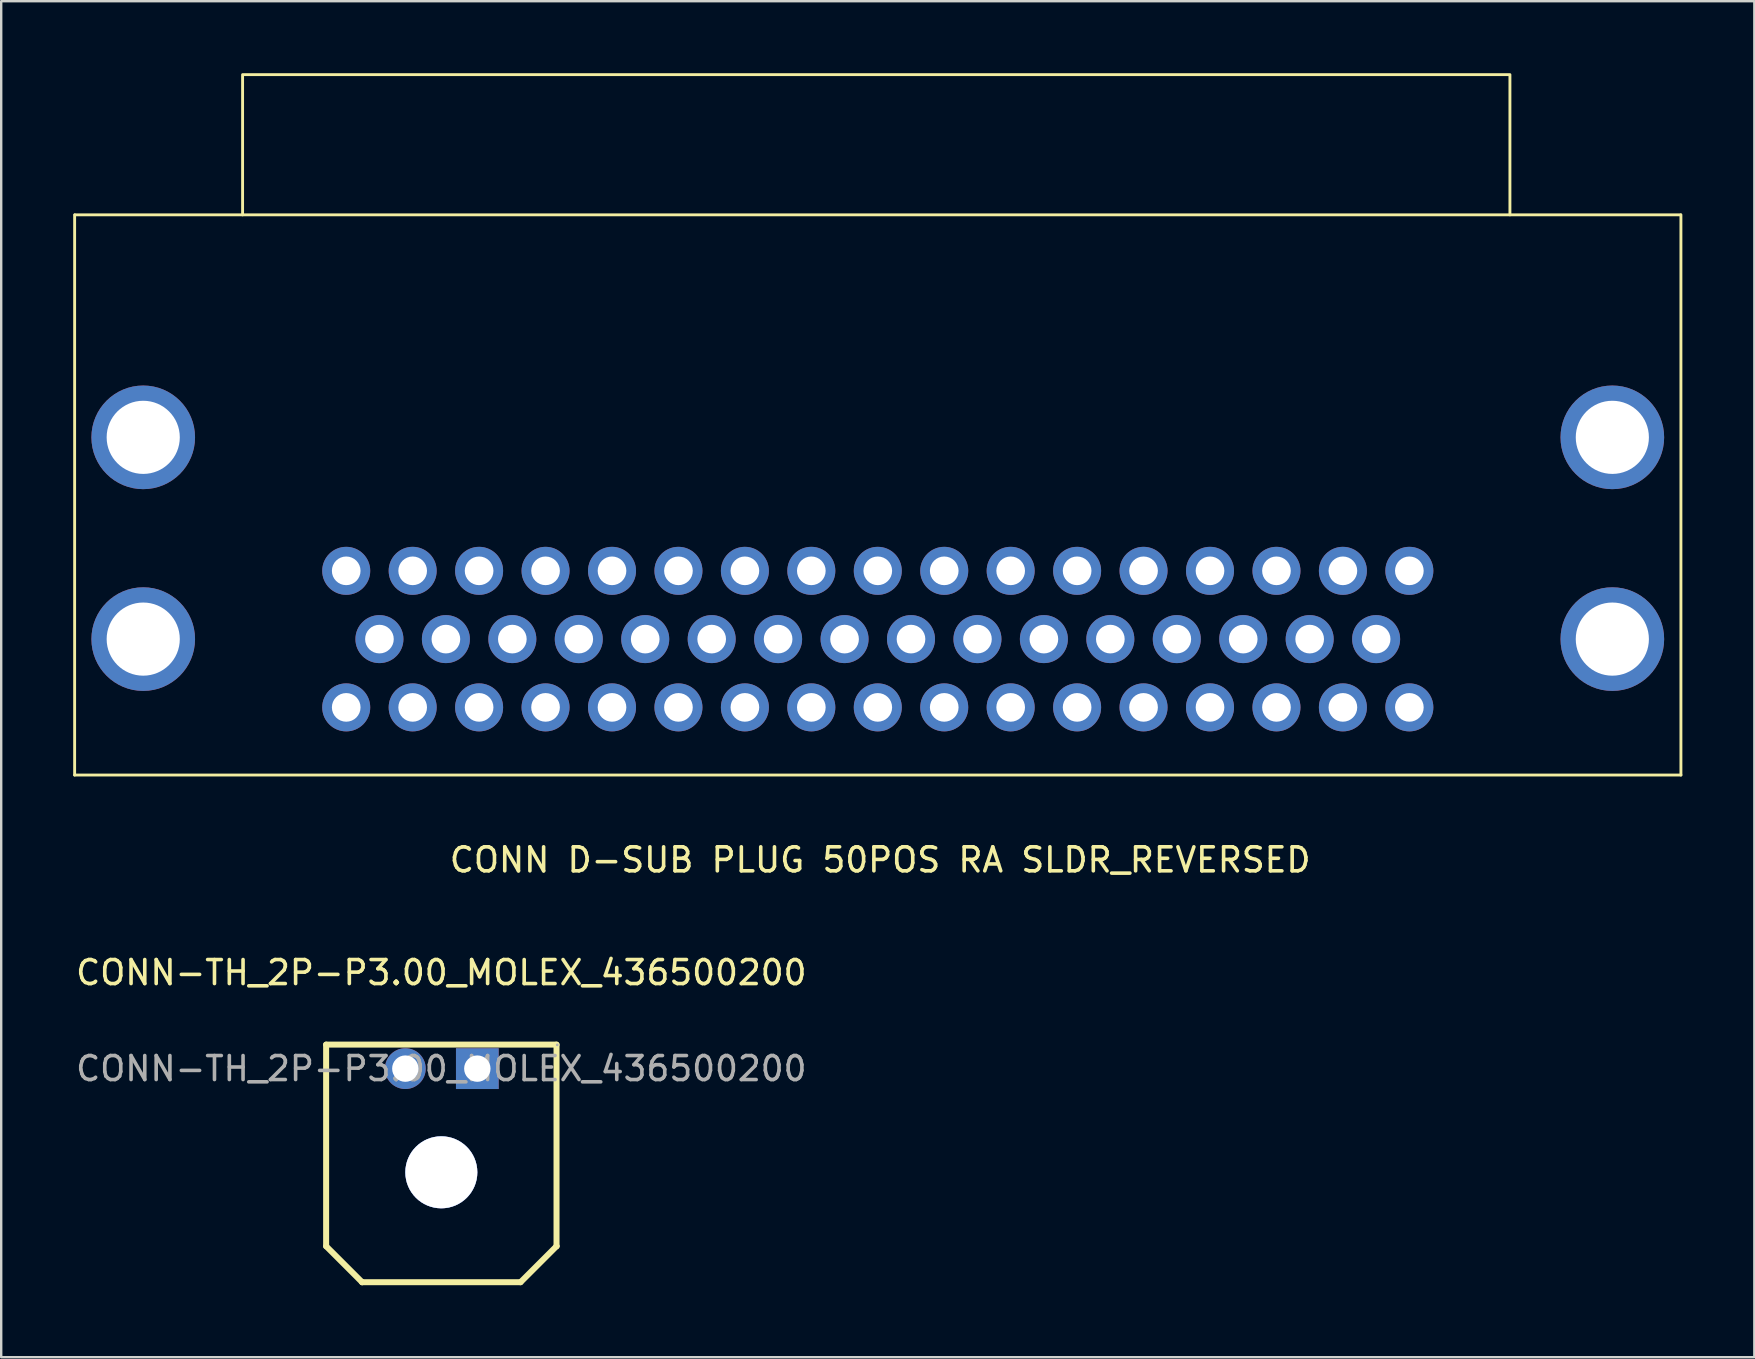
<source format=kicad_pcb>
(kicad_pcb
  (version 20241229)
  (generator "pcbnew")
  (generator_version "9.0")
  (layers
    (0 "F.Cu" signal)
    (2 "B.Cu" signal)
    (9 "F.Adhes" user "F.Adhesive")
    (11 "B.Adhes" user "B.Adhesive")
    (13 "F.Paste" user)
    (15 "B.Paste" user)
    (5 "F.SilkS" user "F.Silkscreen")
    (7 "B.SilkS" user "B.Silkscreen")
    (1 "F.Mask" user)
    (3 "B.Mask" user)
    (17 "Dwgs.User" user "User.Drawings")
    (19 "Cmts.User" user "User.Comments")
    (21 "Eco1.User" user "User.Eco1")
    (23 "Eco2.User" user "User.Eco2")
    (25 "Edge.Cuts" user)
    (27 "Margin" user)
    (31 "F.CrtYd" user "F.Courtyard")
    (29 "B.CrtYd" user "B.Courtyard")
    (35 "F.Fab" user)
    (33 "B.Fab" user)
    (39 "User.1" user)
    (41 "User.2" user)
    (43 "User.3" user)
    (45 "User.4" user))
  (footprint "CONN-TH_2P-P3.00_MOLEX_436500200"
    (layer "F.Cu")
    (at 15.339 41.477)
    (property "Reference" "CONN-TH_2P-P3.00_MOLEX_436500200" (at 0 -4 0) (layer "F.SilkS") (effects (font (size 1 1) (thickness 0.15))))
    (attr through_hole)
    (fp_line (start -4.8 -1) (end 4.8 -1) (stroke (width 0.25) (type solid)) (layer "F.SilkS"))
    (fp_line (start -4.8 7.4) (end -4.8 -1) (stroke (width 0.25) (type solid)) (layer "F.SilkS"))
    (fp_line (start -3.3 8.9) (end -4.8 7.4) (stroke (width 0.25) (type solid)) (layer "F.SilkS"))
    (fp_line (start -3.3 8.9) (end -3.3 8.9) (stroke (width 0.25) (type solid)) (layer "F.SilkS"))
    (fp_line (start 3.3 8.9) (end -3.3 8.9) (stroke (width 0.25) (type solid)) (layer "F.SilkS"))
    (fp_line (start 4.8 -1) (end 4.8 7.4) (stroke (width 0.25) (type solid)) (layer "F.SilkS"))
    (fp_line (start 4.8 7.4) (end 3.3 8.9) (stroke (width 0.25) (type solid)) (layer "F.SilkS"))
    (fp_line (start 4.8 7.4) (end 4.8 7.4) (stroke (width 0.25) (type solid)) (layer "F.SilkS"))
    (fp_circle (center 0 4.32) (end 0.75 4.32) (stroke (width 1.5) (type solid)) (fill no) (layer "Cmts.User"))
    (fp_circle (center 4.83 -0.99) (end 4.86 -0.99) (stroke (width 0.06) (type solid)) (fill no) (layer "F.Fab"))
    (fp_text user "${REFERENCE}" (at 0 0 0) (layer "F.Fab") (effects (font (size 1 1) (thickness 0.15))))
    (pad "" thru_hole circle (at 0 4.32) (size 3 3) (drill 3) (layers "*.Cu" "*.Mask"))
    (pad "1" thru_hole rect (at 1.5 0) (size 1.78 1.7) (drill 1.1) (layers "*.Cu" "*.Mask"))
    (pad "2" thru_hole circle (at -1.5 0) (size 1.7 1.7) (drill 1.1) (layers "*.Cu" "*.Mask")))
  (footprint "CONN D-SUB PLUG 50POS RA SLDR_REVERSED"
    (layer "F.Cu")
    (at 33.525 23.58)
    (property "Reference" "CONN D-SUB PLUG 50POS RA SLDR_REVERSED" (at 0.1 9.2 0) (unlocked yes) (layer "F.SilkS") (effects (font (size 1 1) (thickness 0.15))))
    (attr through_hole)
    (fp_line (start -33.465 -17.678) (end -33.465 5.664) (stroke (width 0.12) (type solid)) (layer "F.SilkS"))
    (fp_line (start -33.452 -17.678) (end -26.467 -17.678) (stroke (width 0.12) (type solid)) (layer "F.SilkS"))
    (fp_line (start 26.34 -17.678) (end 33.452 -17.678) (stroke (width 0.12) (type solid)) (layer "F.SilkS"))
    (fp_line (start 33.465 -17.678) (end 33.465 5.664) (stroke (width 0.12) (type solid)) (layer "F.SilkS"))
    (fp_line (start 33.465 5.664) (end -33.465 5.664) (stroke (width 0.12) (type solid)) (layer "F.SilkS"))
    (fp_rect (start -26.467 -23.52) (end 26.34 -17.678) (stroke (width 0.12) (type solid)) (fill no) (layer "F.SilkS"))
    (pad "1" thru_hole circle (at 22.149 2.845) (size 2 2) (drill 1.194) (layers "*.Cu" "*.Mask"))
    (pad "2" thru_hole circle (at 19.38 2.845) (size 2 2) (drill 1.194) (layers "*.Cu" "*.Mask"))
    (pad "3" thru_hole circle (at 16.612 2.845) (size 2 2) (drill 1.194) (layers "*.Cu" "*.Mask"))
    (pad "4" thru_hole circle (at 13.843 2.845) (size 2 2) (drill 1.194) (layers "*.Cu" "*.Mask"))
    (pad "5" thru_hole circle (at 11.074 2.845) (size 2 2) (drill 1.194) (layers "*.Cu" "*.Mask"))
    (pad "6" thru_hole circle (at 8.306 2.845) (size 2 2) (drill 1.194) (layers "*.Cu" "*.Mask"))
    (pad "7" thru_hole circle (at 5.537 2.845) (size 2 2) (drill 1.194) (layers "*.Cu" "*.Mask"))
    (pad "8" thru_hole circle (at 2.769 2.845) (size 2 2) (drill 1.194) (layers "*.Cu" "*.Mask"))
    (pad "9" thru_hole circle (at 0 2.845) (size 2 2) (drill 1.194) (layers "*.Cu" "*.Mask"))
    (pad "10" thru_hole circle (at -2.769 2.845) (size 2 2) (drill 1.194) (layers "*.Cu" "*.Mask"))
    (pad "11" thru_hole circle (at -5.537 2.845) (size 2 2) (drill 1.194) (layers "*.Cu" "*.Mask"))
    (pad "12" thru_hole circle (at -8.306 2.845) (size 2 2) (drill 1.194) (layers "*.Cu" "*.Mask"))
    (pad "13" thru_hole circle (at -11.074 2.845) (size 2 2) (drill 1.194) (layers "*.Cu" "*.Mask"))
    (pad "14" thru_hole circle (at -13.843 2.845) (size 2 2) (drill 1.194) (layers "*.Cu" "*.Mask"))
    (pad "15" thru_hole circle (at -16.612 2.845) (size 2 2) (drill 1.194) (layers "*.Cu" "*.Mask"))
    (pad "16" thru_hole circle (at -19.38 2.845) (size 2 2) (drill 1.194) (layers "*.Cu" "*.Mask"))
    (pad "17" thru_hole circle (at -22.149 2.845) (size 2 2) (drill 1.194) (layers "*.Cu" "*.Mask"))
    (pad "18" thru_hole circle (at 20.765 0) (size 2 2) (drill 1.194) (layers "*.Cu" "*.Mask"))
    (pad "19" thru_hole circle (at 17.996 0) (size 2 2) (drill 1.194) (layers "*.Cu" "*.Mask"))
    (pad "20" thru_hole circle (at 15.227 0) (size 2 2) (drill 1.194) (layers "*.Cu" "*.Mask"))
    (pad "21" thru_hole circle (at 12.459 0) (size 2 2) (drill 1.194) (layers "*.Cu" "*.Mask"))
    (pad "22" thru_hole circle (at 9.69 0) (size 2 2) (drill 1.194) (layers "*.Cu" "*.Mask"))
    (pad "23" thru_hole circle (at 6.921 0) (size 2 2) (drill 1.194) (layers "*.Cu" "*.Mask"))
    (pad "24" thru_hole circle (at 4.153 0) (size 2 2) (drill 1.194) (layers "*.Cu" "*.Mask"))
    (pad "25" thru_hole circle (at 1.384 0) (size 2 2) (drill 1.194) (layers "*.Cu" "*.Mask"))
    (pad "26" thru_hole circle (at -1.384 0) (size 2 2) (drill 1.194) (layers "*.Cu" "*.Mask"))
    (pad "27" thru_hole circle (at -4.153 0) (size 2 2) (drill 1.194) (layers "*.Cu" "*.Mask"))
    (pad "28" thru_hole circle (at -6.921 0) (size 2 2) (drill 1.194) (layers "*.Cu" "*.Mask"))
    (pad "29" thru_hole circle (at -9.69 0) (size 2 2) (drill 1.194) (layers "*.Cu" "*.Mask"))
    (pad "30" thru_hole circle (at -12.459 0) (size 2 2) (drill 1.194) (layers "*.Cu" "*.Mask"))
    (pad "31" thru_hole circle (at -15.227 0) (size 2 2) (drill 1.194) (layers "*.Cu" "*.Mask"))
    (pad "32" thru_hole circle (at -17.996 0) (size 2 2) (drill 1.194) (layers "*.Cu" "*.Mask"))
    (pad "33" thru_hole circle (at -20.765 0) (size 2 2) (drill 1.194) (layers "*.Cu" "*.Mask"))
    (pad "34" thru_hole circle (at 22.149 -2.845) (size 2 2) (drill 1.194) (layers "*.Cu" "*.Mask"))
    (pad "35" thru_hole circle (at 19.38 -2.845) (size 2 2) (drill 1.194) (layers "*.Cu" "*.Mask"))
    (pad "36" thru_hole circle (at 16.612 -2.845) (size 2 2) (drill 1.194) (layers "*.Cu" "*.Mask"))
    (pad "37" thru_hole circle (at 13.843 -2.845) (size 2 2) (drill 1.194) (layers "*.Cu" "*.Mask"))
    (pad "38" thru_hole circle (at 11.074 -2.845) (size 2 2) (drill 1.194) (layers "*.Cu" "*.Mask"))
    (pad "39" thru_hole circle (at 8.306 -2.845) (size 2 2) (drill 1.194) (layers "*.Cu" "*.Mask"))
    (pad "40" thru_hole circle (at 5.537 -2.845) (size 2 2) (drill 1.194) (layers "*.Cu" "*.Mask"))
    (pad "41" thru_hole circle (at 2.769 -2.845) (size 2 2) (drill 1.194) (layers "*.Cu" "*.Mask"))
    (pad "42" thru_hole circle (at 0 -2.845) (size 2 2) (drill 1.194) (layers "*.Cu" "*.Mask"))
    (pad "43" thru_hole circle (at -2.769 -2.845) (size 2 2) (drill 1.194) (layers "*.Cu" "*.Mask"))
    (pad "44" thru_hole circle (at -5.537 -2.845) (size 2 2) (drill 1.194) (layers "*.Cu" "*.Mask"))
    (pad "45" thru_hole circle (at -8.306 -2.845) (size 2 2) (drill 1.194) (layers "*.Cu" "*.Mask"))
    (pad "46" thru_hole circle (at -11.074 -2.845) (size 2 2) (drill 1.194) (layers "*.Cu" "*.Mask"))
    (pad "47" thru_hole circle (at -13.843 -2.845) (size 2 2) (drill 1.194) (layers "*.Cu" "*.Mask"))
    (pad "48" thru_hole circle (at -16.612 -2.845) (size 2 2) (drill 1.194) (layers "*.Cu" "*.Mask"))
    (pad "49" thru_hole circle (at -19.38 -2.845) (size 2 2) (drill 1.194) (layers "*.Cu" "*.Mask"))
    (pad "50" thru_hole circle (at -22.149 -2.845) (size 2 2) (drill 1.194) (layers "*.Cu" "*.Mask"))
    (pad "51" thru_hole circle (at -30.607 -8.407) (size 4.318 4.318) (drill 3.048) (layers "*.Cu" "*.Mask"))
    (pad "51" thru_hole circle (at -30.607 0) (size 4.318 4.318) (drill 3.048) (layers "*.Cu" "*.Mask"))
    (pad "51" thru_hole circle (at 30.607 -8.407) (size 4.318 4.318) (drill 3.048) (layers "*.Cu" "*.Mask"))
    (pad "51" thru_hole circle (at 30.607 0) (size 4.318 4.318) (drill 3.048) (layers "*.Cu" "*.Mask")))
  (gr_rect
    (start -3 -3)
    (end 70.049 53.502)
    (stroke (width 0.1) (type default))
    (fill no)
    (layer "Edge.Cuts")))
</source>
